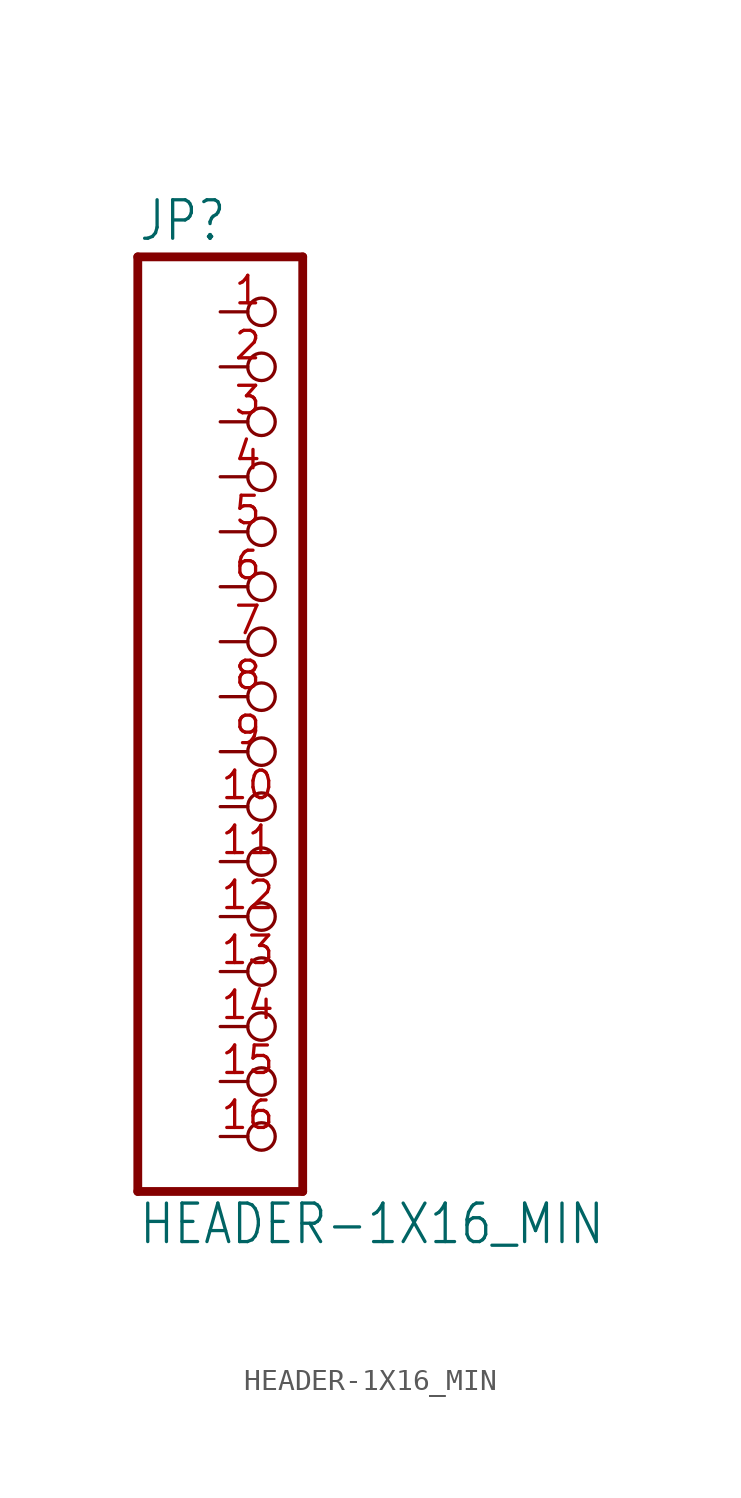
<source format=kicad_sym>
(kicad_symbol_lib
  (version 20211014)
  (generator kicad_symbol_editor)
  (symbol "HEADER-1X16_MIN"
    (property "Reference" "JP"
      (at -6.35 20.955 0)
      (effects (font (size 1.778 1.511)) (justify left bottom)))
    (property "Value" "HEADER-1X16_MIN"
      (at -6.35 -25.4 0)
      (effects (font (size 1.778 1.511)) (justify left bottom)))
    (property "ki_locked" ""
      (at 0 0 0)
      (effects (font (size 1.27 1.27))))
    (symbol "HEADER-1X16_MIN_1_0"
      (polyline (pts (xy -6.35 -22.86) (xy 1.27 -22.86)) (stroke (width 0.406) (type default) (color 0 0 0 0)) (fill (type none)))
      (polyline (pts (xy -6.35 20.32) (xy -6.35 -22.86)) (stroke (width 0.406) (type default) (color 0 0 0 0)) (fill (type none)))
      (polyline (pts (xy 1.27 -22.86) (xy 1.27 20.32)) (stroke (width 0.406) (type default) (color 0 0 0 0)) (fill (type none)))
      (polyline (pts (xy 1.27 20.32) (xy -6.35 20.32)) (stroke (width 0.406) (type default) (color 0 0 0 0)) (fill (type none)))
      (pin passive inverted (at -2.54 17.78 0) (length 2.54) (name "1" (effects (font (size 0 0)))) (number "1" (effects (font (size 1.27 1.27)))))
      (pin passive inverted (at -2.54 -5.08 0) (length 2.54) (name "10" (effects (font (size 0 0)))) (number "10" (effects (font (size 1.27 1.27)))))
      (pin passive inverted (at -2.54 -7.62 0) (length 2.54) (name "11" (effects (font (size 0 0)))) (number "11" (effects (font (size 1.27 1.27)))))
      (pin passive inverted (at -2.54 -10.16 0) (length 2.54) (name "12" (effects (font (size 0 0)))) (number "12" (effects (font (size 1.27 1.27)))))
      (pin passive inverted (at -2.54 -12.7 0) (length 2.54) (name "13" (effects (font (size 0 0)))) (number "13" (effects (font (size 1.27 1.27)))))
      (pin passive inverted (at -2.54 -15.24 0) (length 2.54) (name "14" (effects (font (size 0 0)))) (number "14" (effects (font (size 1.27 1.27)))))
      (pin passive inverted (at -2.54 -17.78 0) (length 2.54) (name "15" (effects (font (size 0 0)))) (number "15" (effects (font (size 1.27 1.27)))))
      (pin passive inverted (at -2.54 -20.32 0) (length 2.54) (name "16" (effects (font (size 0 0)))) (number "16" (effects (font (size 1.27 1.27)))))
      (pin passive inverted (at -2.54 15.24 0) (length 2.54) (name "2" (effects (font (size 0 0)))) (number "2" (effects (font (size 1.27 1.27)))))
      (pin passive inverted (at -2.54 12.7 0) (length 2.54) (name "3" (effects (font (size 0 0)))) (number "3" (effects (font (size 1.27 1.27)))))
      (pin passive inverted (at -2.54 10.16 0) (length 2.54) (name "4" (effects (font (size 0 0)))) (number "4" (effects (font (size 1.27 1.27)))))
      (pin passive inverted (at -2.54 7.62 0) (length 2.54) (name "5" (effects (font (size 0 0)))) (number "5" (effects (font (size 1.27 1.27)))))
      (pin passive inverted (at -2.54 5.08 0) (length 2.54) (name "6" (effects (font (size 0 0)))) (number "6" (effects (font (size 1.27 1.27)))))
      (pin passive inverted (at -2.54 2.54 0) (length 2.54) (name "7" (effects (font (size 0 0)))) (number "7" (effects (font (size 1.27 1.27)))))
      (pin passive inverted (at -2.54 0 0) (length 2.54) (name "8" (effects (font (size 0 0)))) (number "8" (effects (font (size 1.27 1.27)))))
      (pin passive inverted (at -2.54 -2.54 0) (length 2.54) (name "9" (effects (font (size 0 0)))) (number "9" (effects (font (size 1.27 1.27))))))))
</source>
